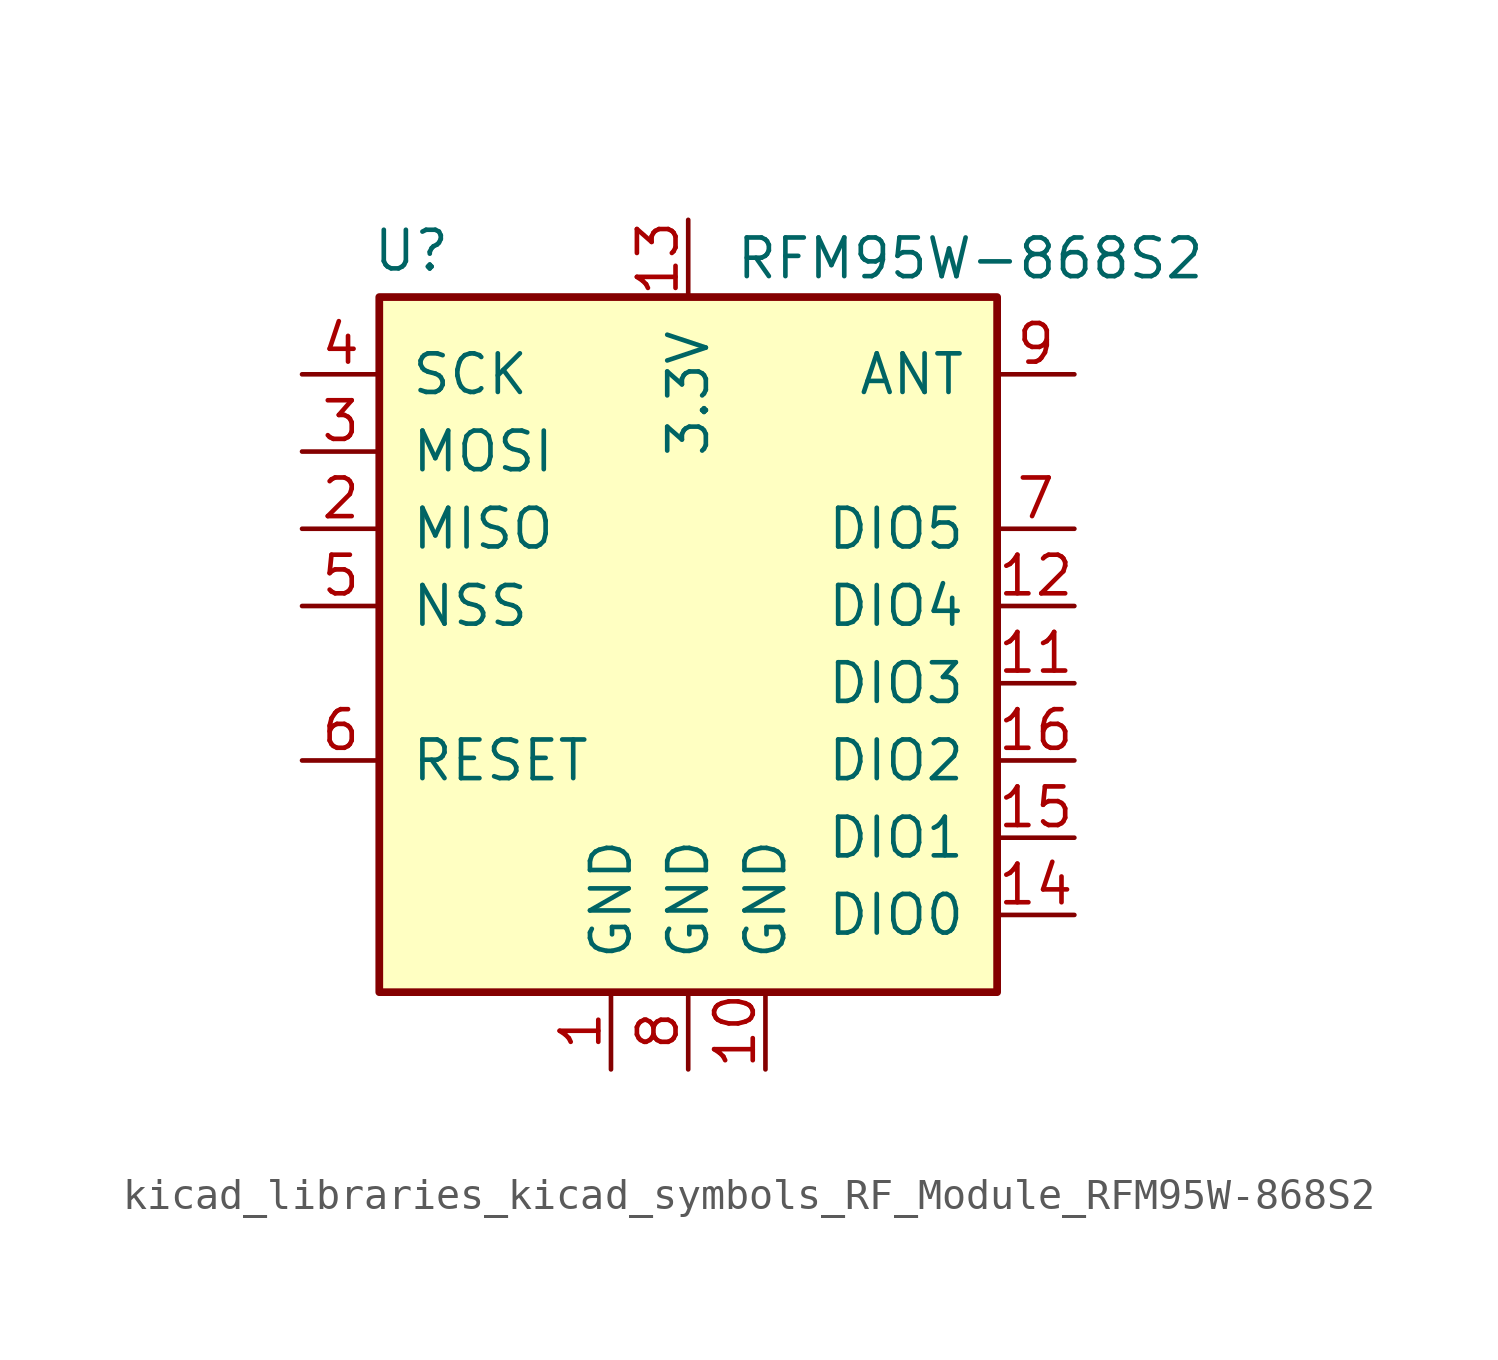
<source format=kicad_sym>
(kicad_symbol_lib
  (version 20220914)
  (generator kicad_symbol_editor)
  (symbol "kicad_libraries_kicad_symbols_RF_Module_RFM95W-868S2"
    (pin_names
      (offset 1.016))
    (property "Reference" "U"
      (at -10.414 11.684 0)
      (effects (font (size 1.27 1.27)) (justify left)))
    (property "Value" "RFM95W-868S2"
      (at 1.524 11.43 0)
      (effects (font (size 1.27 1.27)) (justify left)))
    (symbol "kicad_libraries_kicad_symbols_RF_Module_RFM95W-868S2_0_1"
      (rectangle (start -10.16 10.16) (end 10.16 -12.7) (stroke (width 0.254) (type default)) (fill (type background))))
    (symbol "kicad_libraries_kicad_symbols_RF_Module_RFM95W-868S2_1_1"
      (pin power_in line (at -2.54 -15.24 90) (length 2.54) (name "GND" (effects (font (size 1.27 1.27)))) (number "1" (effects (font (size 1.27 1.27)))))
      (pin power_in line (at 2.54 -15.24 90) (length 2.54) (name "GND" (effects (font (size 1.27 1.27)))) (number "10" (effects (font (size 1.27 1.27)))))
      (pin bidirectional line (at 12.7 -2.54 180) (length 2.54) (name "DIO3" (effects (font (size 1.27 1.27)))) (number "11" (effects (font (size 1.27 1.27)))))
      (pin bidirectional line (at 12.7 0 180) (length 2.54) (name "DIO4" (effects (font (size 1.27 1.27)))) (number "12" (effects (font (size 1.27 1.27)))))
      (pin power_in line (at 0 12.7 270) (length 2.54) (name "3.3V" (effects (font (size 1.27 1.27)))) (number "13" (effects (font (size 1.27 1.27)))))
      (pin bidirectional line (at 12.7 -10.16 180) (length 2.54) (name "DIO0" (effects (font (size 1.27 1.27)))) (number "14" (effects (font (size 1.27 1.27)))))
      (pin bidirectional line (at 12.7 -7.62 180) (length 2.54) (name "DIO1" (effects (font (size 1.27 1.27)))) (number "15" (effects (font (size 1.27 1.27)))))
      (pin bidirectional line (at 12.7 -5.08 180) (length 2.54) (name "DIO2" (effects (font (size 1.27 1.27)))) (number "16" (effects (font (size 1.27 1.27)))))
      (pin output line (at -12.7 2.54 0) (length 2.54) (name "MISO" (effects (font (size 1.27 1.27)))) (number "2" (effects (font (size 1.27 1.27)))))
      (pin input line (at -12.7 5.08 0) (length 2.54) (name "MOSI" (effects (font (size 1.27 1.27)))) (number "3" (effects (font (size 1.27 1.27)))))
      (pin input line (at -12.7 7.62 0) (length 2.54) (name "SCK" (effects (font (size 1.27 1.27)))) (number "4" (effects (font (size 1.27 1.27)))))
      (pin input line (at -12.7 0 0) (length 2.54) (name "NSS" (effects (font (size 1.27 1.27)))) (number "5" (effects (font (size 1.27 1.27)))))
      (pin bidirectional line (at -12.7 -5.08 0) (length 2.54) (name "RESET" (effects (font (size 1.27 1.27)))) (number "6" (effects (font (size 1.27 1.27)))))
      (pin bidirectional line (at 12.7 2.54 180) (length 2.54) (name "DIO5" (effects (font (size 1.27 1.27)))) (number "7" (effects (font (size 1.27 1.27)))))
      (pin power_in line (at 0 -15.24 90) (length 2.54) (name "GND" (effects (font (size 1.27 1.27)))) (number "8" (effects (font (size 1.27 1.27)))))
      (pin bidirectional line (at 12.7 7.62 180) (length 2.54) (name "ANT" (effects (font (size 1.27 1.27)))) (number "9" (effects (font (size 1.27 1.27))))))))
</source>
